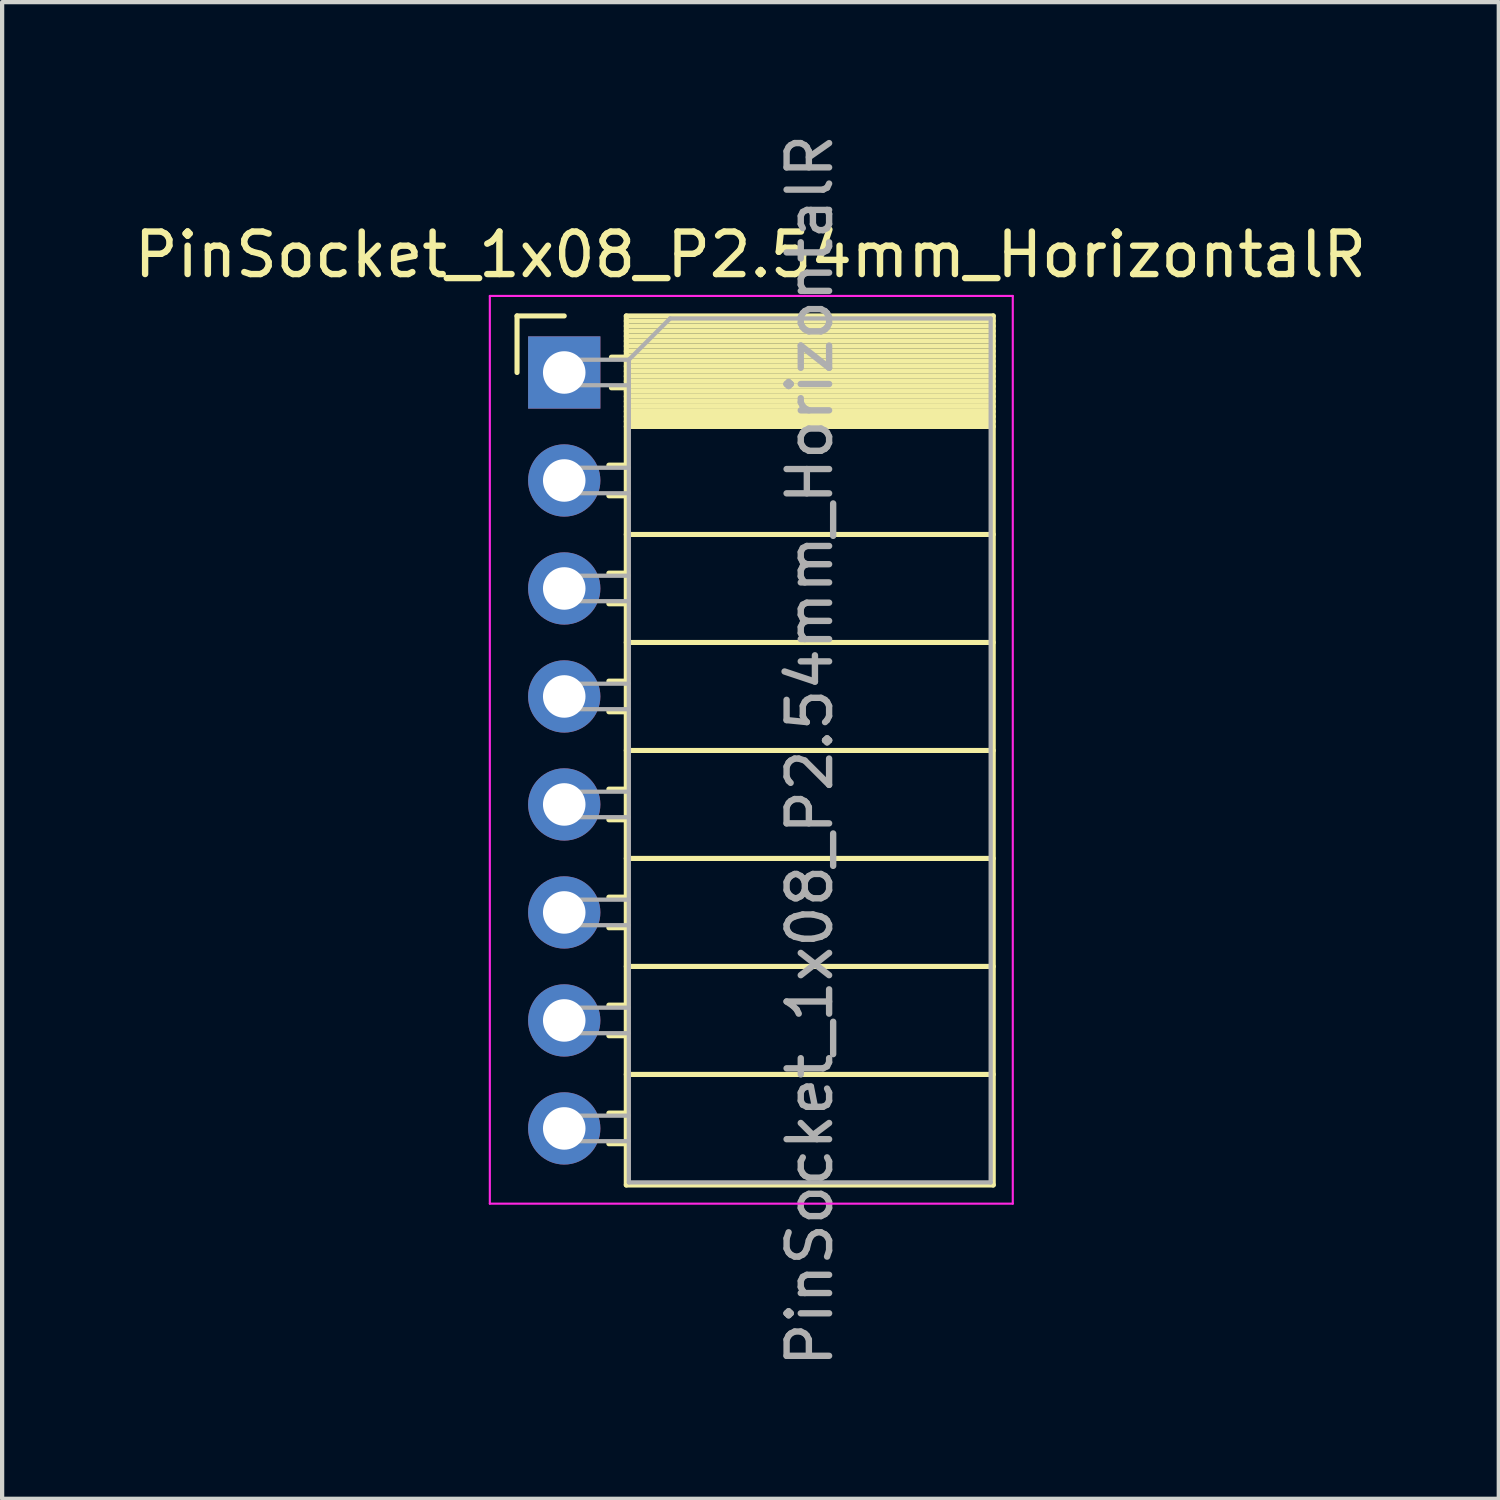
<source format=kicad_pcb>
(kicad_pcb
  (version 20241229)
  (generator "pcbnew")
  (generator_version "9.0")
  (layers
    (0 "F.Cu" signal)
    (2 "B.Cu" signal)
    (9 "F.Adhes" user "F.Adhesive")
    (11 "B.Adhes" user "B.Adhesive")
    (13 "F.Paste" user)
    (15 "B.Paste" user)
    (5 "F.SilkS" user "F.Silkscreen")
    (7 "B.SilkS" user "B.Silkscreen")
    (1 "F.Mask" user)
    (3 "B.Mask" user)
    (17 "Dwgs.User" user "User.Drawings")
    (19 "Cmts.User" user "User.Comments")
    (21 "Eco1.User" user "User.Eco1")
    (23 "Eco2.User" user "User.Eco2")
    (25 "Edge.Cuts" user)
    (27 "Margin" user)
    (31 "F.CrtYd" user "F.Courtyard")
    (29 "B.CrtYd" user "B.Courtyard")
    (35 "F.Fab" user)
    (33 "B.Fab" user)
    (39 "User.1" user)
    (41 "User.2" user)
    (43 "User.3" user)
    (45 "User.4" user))
  (footprint "PinSocket_1x08_P2.54mm_HorizontalR"
    (layer "F.Cu")
    (at 20.381 5.711)
    (property "Reference" "PinSocket_1x08_P2.54mm_HorizontalR" (at -5.78 -2.77 0) (layer "F.SilkS") (effects (font (size 1 1) (thickness 0.15))))
    (attr through_hole)
    (fp_line (start -11.27 -1.33) (end -11.27 0) (stroke (width 0.12) (type solid)) (layer "F.SilkS"))
    (fp_line (start -10.16 -1.33) (end -11.27 -1.33) (stroke (width 0.12) (type solid)) (layer "F.SilkS"))
    (fp_line (start -8.7 -1.33) (end -8.7 19.11) (stroke (width 0.12) (type solid)) (layer "F.SilkS"))
    (fp_line (start -8.7 -0.36) (end -9.05 -0.36) (stroke (width 0.12) (type solid)) (layer "F.SilkS"))
    (fp_line (start -8.7 0.36) (end -9.05 0.36) (stroke (width 0.12) (type solid)) (layer "F.SilkS"))
    (fp_line (start -8.7 2.18) (end -9.11 2.18) (stroke (width 0.12) (type solid)) (layer "F.SilkS"))
    (fp_line (start -8.7 2.9) (end -9.11 2.9) (stroke (width 0.12) (type solid)) (layer "F.SilkS"))
    (fp_line (start -8.7 4.72) (end -9.11 4.72) (stroke (width 0.12) (type solid)) (layer "F.SilkS"))
    (fp_line (start -8.7 5.44) (end -9.11 5.44) (stroke (width 0.12) (type solid)) (layer "F.SilkS"))
    (fp_line (start -8.7 7.26) (end -9.11 7.26) (stroke (width 0.12) (type solid)) (layer "F.SilkS"))
    (fp_line (start -8.7 7.98) (end -9.11 7.98) (stroke (width 0.12) (type solid)) (layer "F.SilkS"))
    (fp_line (start -8.7 9.8) (end -9.11 9.8) (stroke (width 0.12) (type solid)) (layer "F.SilkS"))
    (fp_line (start -8.7 10.52) (end -9.11 10.52) (stroke (width 0.12) (type solid)) (layer "F.SilkS"))
    (fp_line (start -8.7 12.34) (end -9.11 12.34) (stroke (width 0.12) (type solid)) (layer "F.SilkS"))
    (fp_line (start -8.7 13.06) (end -9.11 13.06) (stroke (width 0.12) (type solid)) (layer "F.SilkS"))
    (fp_line (start -8.7 14.88) (end -9.11 14.88) (stroke (width 0.12) (type solid)) (layer "F.SilkS"))
    (fp_line (start -8.7 15.6) (end -9.11 15.6) (stroke (width 0.12) (type solid)) (layer "F.SilkS"))
    (fp_line (start -8.7 17.42) (end -9.11 17.42) (stroke (width 0.12) (type solid)) (layer "F.SilkS"))
    (fp_line (start -8.7 18.14) (end -9.11 18.14) (stroke (width 0.12) (type solid)) (layer "F.SilkS"))
    (fp_line (start -0.07 -1.33) (end -8.7 -1.33) (stroke (width 0.12) (type solid)) (layer "F.SilkS"))
    (fp_line (start -0.07 -1.33) (end -0.07 19.11) (stroke (width 0.12) (type solid)) (layer "F.SilkS"))
    (fp_line (start -0.07 -1.21) (end -8.7 -1.21) (stroke (width 0.12) (type solid)) (layer "F.SilkS"))
    (fp_line (start -0.07 -1.092) (end -8.7 -1.092) (stroke (width 0.12) (type solid)) (layer "F.SilkS"))
    (fp_line (start -0.07 -0.974) (end -8.7 -0.974) (stroke (width 0.12) (type solid)) (layer "F.SilkS"))
    (fp_line (start -0.07 -0.856) (end -8.7 -0.856) (stroke (width 0.12) (type solid)) (layer "F.SilkS"))
    (fp_line (start -0.07 -0.738) (end -8.7 -0.738) (stroke (width 0.12) (type solid)) (layer "F.SilkS"))
    (fp_line (start -0.07 -0.62) (end -8.7 -0.62) (stroke (width 0.12) (type solid)) (layer "F.SilkS"))
    (fp_line (start -0.07 -0.501) (end -8.7 -0.501) (stroke (width 0.12) (type solid)) (layer "F.SilkS"))
    (fp_line (start -0.07 -0.383) (end -8.7 -0.383) (stroke (width 0.12) (type solid)) (layer "F.SilkS"))
    (fp_line (start -0.07 -0.265) (end -8.7 -0.265) (stroke (width 0.12) (type solid)) (layer "F.SilkS"))
    (fp_line (start -0.07 -0.147) (end -8.7 -0.147) (stroke (width 0.12) (type solid)) (layer "F.SilkS"))
    (fp_line (start -0.07 -0.029) (end -8.7 -0.029) (stroke (width 0.12) (type solid)) (layer "F.SilkS"))
    (fp_line (start -0.07 0.089) (end -8.7 0.089) (stroke (width 0.12) (type solid)) (layer "F.SilkS"))
    (fp_line (start -0.07 0.207) (end -8.7 0.207) (stroke (width 0.12) (type solid)) (layer "F.SilkS"))
    (fp_line (start -0.07 0.325) (end -8.7 0.325) (stroke (width 0.12) (type solid)) (layer "F.SilkS"))
    (fp_line (start -0.07 0.443) (end -8.7 0.443) (stroke (width 0.12) (type solid)) (layer "F.SilkS"))
    (fp_line (start -0.07 0.561) (end -8.7 0.561) (stroke (width 0.12) (type solid)) (layer "F.SilkS"))
    (fp_line (start -0.07 0.68) (end -8.7 0.68) (stroke (width 0.12) (type solid)) (layer "F.SilkS"))
    (fp_line (start -0.07 0.798) (end -8.7 0.798) (stroke (width 0.12) (type solid)) (layer "F.SilkS"))
    (fp_line (start -0.07 0.916) (end -8.7 0.916) (stroke (width 0.12) (type solid)) (layer "F.SilkS"))
    (fp_line (start -0.07 1.034) (end -8.7 1.034) (stroke (width 0.12) (type solid)) (layer "F.SilkS"))
    (fp_line (start -0.07 1.152) (end -8.7 1.152) (stroke (width 0.12) (type solid)) (layer "F.SilkS"))
    (fp_line (start -0.07 1.27) (end -8.7 1.27) (stroke (width 0.12) (type solid)) (layer "F.SilkS"))
    (fp_line (start -0.07 3.81) (end -8.7 3.81) (stroke (width 0.12) (type solid)) (layer "F.SilkS"))
    (fp_line (start -0.07 6.35) (end -8.7 6.35) (stroke (width 0.12) (type solid)) (layer "F.SilkS"))
    (fp_line (start -0.07 8.89) (end -8.7 8.89) (stroke (width 0.12) (type solid)) (layer "F.SilkS"))
    (fp_line (start -0.07 11.43) (end -8.7 11.43) (stroke (width 0.12) (type solid)) (layer "F.SilkS"))
    (fp_line (start -0.07 13.97) (end -8.7 13.97) (stroke (width 0.12) (type solid)) (layer "F.SilkS"))
    (fp_line (start -0.07 16.51) (end -8.7 16.51) (stroke (width 0.12) (type solid)) (layer "F.SilkS"))
    (fp_line (start -0.07 19.11) (end -8.7 19.11) (stroke (width 0.12) (type solid)) (layer "F.SilkS"))
    (fp_line (start -11.91 -1.8) (end 0.39 -1.8) (stroke (width 0.05) (type solid)) (layer "F.CrtYd"))
    (fp_line (start -11.91 19.55) (end -11.91 -1.8) (stroke (width 0.05) (type solid)) (layer "F.CrtYd"))
    (fp_line (start 0.39 -1.8) (end 0.39 19.55) (stroke (width 0.05) (type solid)) (layer "F.CrtYd"))
    (fp_line (start 0.39 19.55) (end -11.91 19.55) (stroke (width 0.05) (type solid)) (layer "F.CrtYd"))
    (fp_line (start -10.16 -0.3) (end -8.64 -0.3) (stroke (width 0.1) (type solid)) (layer "F.Fab"))
    (fp_line (start -10.16 0.3) (end -10.16 -0.3) (stroke (width 0.1) (type solid)) (layer "F.Fab"))
    (fp_line (start -10.16 2.24) (end -8.64 2.24) (stroke (width 0.1) (type solid)) (layer "F.Fab"))
    (fp_line (start -10.16 2.84) (end -10.16 2.24) (stroke (width 0.1) (type solid)) (layer "F.Fab"))
    (fp_line (start -10.16 4.78) (end -8.64 4.78) (stroke (width 0.1) (type solid)) (layer "F.Fab"))
    (fp_line (start -10.16 5.38) (end -10.16 4.78) (stroke (width 0.1) (type solid)) (layer "F.Fab"))
    (fp_line (start -10.16 7.32) (end -8.64 7.32) (stroke (width 0.1) (type solid)) (layer "F.Fab"))
    (fp_line (start -10.16 7.92) (end -10.16 7.32) (stroke (width 0.1) (type solid)) (layer "F.Fab"))
    (fp_line (start -10.16 9.86) (end -8.64 9.86) (stroke (width 0.1) (type solid)) (layer "F.Fab"))
    (fp_line (start -10.16 10.46) (end -10.16 9.86) (stroke (width 0.1) (type solid)) (layer "F.Fab"))
    (fp_line (start -10.16 12.4) (end -8.64 12.4) (stroke (width 0.1) (type solid)) (layer "F.Fab"))
    (fp_line (start -10.16 13) (end -10.16 12.4) (stroke (width 0.1) (type solid)) (layer "F.Fab"))
    (fp_line (start -10.16 14.94) (end -8.64 14.94) (stroke (width 0.1) (type solid)) (layer "F.Fab"))
    (fp_line (start -10.16 15.54) (end -10.16 14.94) (stroke (width 0.1) (type solid)) (layer "F.Fab"))
    (fp_line (start -10.16 17.48) (end -8.64 17.48) (stroke (width 0.1) (type solid)) (layer "F.Fab"))
    (fp_line (start -10.16 18.08) (end -10.16 17.48) (stroke (width 0.1) (type solid)) (layer "F.Fab"))
    (fp_line (start -8.64 -0.3) (end -8.64 19.05) (stroke (width 0.1) (type solid)) (layer "F.Fab"))
    (fp_line (start -8.64 0.3) (end -10.16 0.3) (stroke (width 0.1) (type solid)) (layer "F.Fab"))
    (fp_line (start -8.64 2.84) (end -10.16 2.84) (stroke (width 0.1) (type solid)) (layer "F.Fab"))
    (fp_line (start -8.64 5.38) (end -10.16 5.38) (stroke (width 0.1) (type solid)) (layer "F.Fab"))
    (fp_line (start -8.64 7.92) (end -10.16 7.92) (stroke (width 0.1) (type solid)) (layer "F.Fab"))
    (fp_line (start -8.64 10.46) (end -10.16 10.46) (stroke (width 0.1) (type solid)) (layer "F.Fab"))
    (fp_line (start -8.64 13) (end -10.16 13) (stroke (width 0.1) (type solid)) (layer "F.Fab"))
    (fp_line (start -8.64 15.54) (end -10.16 15.54) (stroke (width 0.1) (type solid)) (layer "F.Fab"))
    (fp_line (start -8.64 18.08) (end -10.16 18.08) (stroke (width 0.1) (type solid)) (layer "F.Fab"))
    (fp_line (start -8.64 19.05) (end -0.13 19.05) (stroke (width 0.1) (type solid)) (layer "F.Fab"))
    (fp_line (start -7.67 -1.27) (end -8.64 -0.3) (stroke (width 0.1) (type solid)) (layer "F.Fab"))
    (fp_line (start -0.13 -1.27) (end -7.67 -1.27) (stroke (width 0.1) (type solid)) (layer "F.Fab"))
    (fp_line (start -0.13 19.05) (end -0.13 -1.27) (stroke (width 0.1) (type solid)) (layer "F.Fab"))
    (fp_text user "${REFERENCE}" (at -4.385 8.89 90) (layer "F.Fab") (effects (font (size 1 1) (thickness 0.15))))
    (pad "1" thru_hole rect (at -10.16 0) (size 1.7 1.7) (drill 1) (layers "*.Cu" "*.Mask"))
    (pad "2" thru_hole oval (at -10.16 2.54) (size 1.7 1.7) (drill 1) (layers "*.Cu" "*.Mask"))
    (pad "3" thru_hole oval (at -10.16 5.08) (size 1.7 1.7) (drill 1) (layers "*.Cu" "*.Mask"))
    (pad "4" thru_hole oval (at -10.16 7.62) (size 1.7 1.7) (drill 1) (layers "*.Cu" "*.Mask"))
    (pad "5" thru_hole oval (at -10.16 10.16) (size 1.7 1.7) (drill 1) (layers "*.Cu" "*.Mask"))
    (pad "6" thru_hole oval (at -10.16 12.7) (size 1.7 1.7) (drill 1) (layers "*.Cu" "*.Mask"))
    (pad "7" thru_hole oval (at -10.16 15.24) (size 1.7 1.7) (drill 1) (layers "*.Cu" "*.Mask"))
    (pad "8" thru_hole oval (at -10.16 17.78) (size 1.7 1.7) (drill 1) (layers "*.Cu" "*.Mask")))
  (gr_rect
    (start -3 -3)
    (end 32.202 32.202)
    (stroke (width 0.1) (type default))
    (fill no)
    (layer "Edge.Cuts")))
</source>
